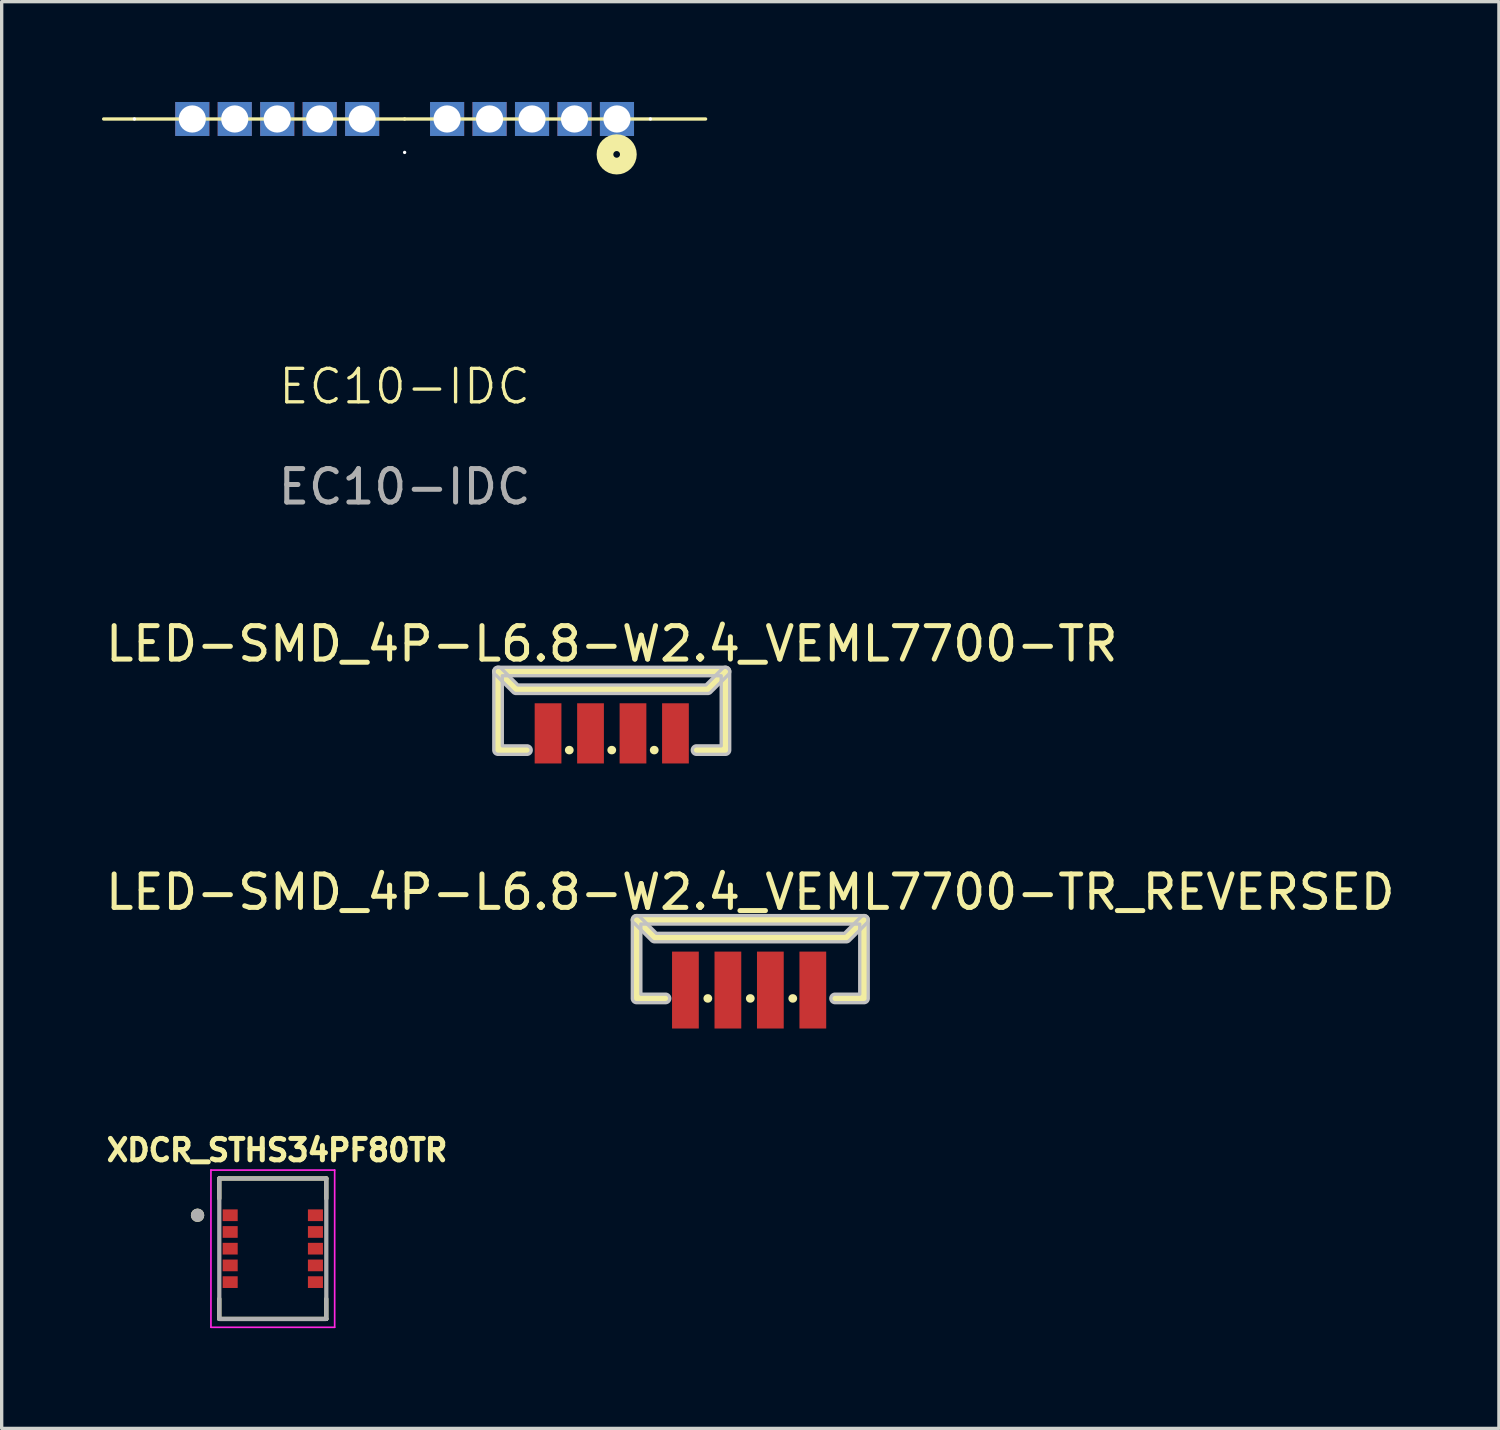
<source format=kicad_pcb>
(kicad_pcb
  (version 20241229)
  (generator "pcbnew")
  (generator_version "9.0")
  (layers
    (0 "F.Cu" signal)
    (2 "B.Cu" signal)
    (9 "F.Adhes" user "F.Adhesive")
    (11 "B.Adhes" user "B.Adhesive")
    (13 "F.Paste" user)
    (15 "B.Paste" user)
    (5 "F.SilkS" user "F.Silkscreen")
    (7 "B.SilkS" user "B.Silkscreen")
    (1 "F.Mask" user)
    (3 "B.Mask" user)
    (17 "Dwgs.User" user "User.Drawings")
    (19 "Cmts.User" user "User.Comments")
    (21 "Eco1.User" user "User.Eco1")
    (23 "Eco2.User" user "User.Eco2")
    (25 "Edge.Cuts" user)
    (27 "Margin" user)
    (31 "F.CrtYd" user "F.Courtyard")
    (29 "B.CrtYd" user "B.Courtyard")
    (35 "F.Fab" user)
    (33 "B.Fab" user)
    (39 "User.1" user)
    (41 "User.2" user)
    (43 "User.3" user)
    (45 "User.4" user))
  (footprint "LED-SMD_4P-L6.8-W2.4_VEML7700-TR_REVERSED"
    (layer "F.Cu")
    (at 19.387 26.307)
    (property "Reference" "LED-SMD_4P-L6.8-W2.4_VEML7700-TR_REVERSED" (at 0 -2.677 0) (layer "F.SilkS") (effects (font (size 1 1) (thickness 0.15))))
    (fp_line (start -3.4 -1.85) (end -3.39 -1.85) (stroke (width 0.254) (type default)) (layer "F.SilkS"))
    (fp_line (start -3.4 -1.85) (end 3.4 -1.85) (stroke (width 0.254) (type default)) (layer "F.SilkS"))
    (fp_line (start -3.4 0.5) (end -3.4 -1.85) (stroke (width 0.254) (type default)) (layer "F.SilkS"))
    (fp_line (start -3.39 -1.85) (end -2.86 -1.32) (stroke (width 0.254) (type default)) (layer "F.SilkS"))
    (fp_line (start -2.86 -1.32) (end 2.87 -1.32) (stroke (width 0.254) (type default)) (layer "F.SilkS"))
    (fp_line (start -2.536 0.5) (end -3.4 0.5) (stroke (width 0.254) (type default)) (layer "F.SilkS"))
    (fp_line (start -1.266 0.5) (end -1.274 0.5) (stroke (width 0.254) (type default)) (layer "F.SilkS"))
    (fp_line (start 0.004 0.5) (end -0.004 0.5) (stroke (width 0.254) (type default)) (layer "F.SilkS"))
    (fp_line (start 1.274 0.5) (end 1.266 0.5) (stroke (width 0.254) (type default)) (layer "F.SilkS"))
    (fp_line (start 2.87 -1.32) (end 3.4 -1.85) (stroke (width 0.254) (type default)) (layer "F.SilkS"))
    (fp_line (start 3.4 -1.85) (end 3.4 0.5) (stroke (width 0.254) (type default)) (layer "F.SilkS"))
    (fp_line (start 3.4 0.5) (end 2.536 0.5) (stroke (width 0.254) (type default)) (layer "F.SilkS"))
    (fp_poly (pts (arc (start -2.86 -1.193) (mid -2.908601 -1.202667) (end -2.95 -1.23)) (arc (start -3.4555 -1.7355) (mid -3.507825 -1.78244) (end -3.527 -1.85)) (arc (start -3.527 -1.85) (mid -3.489803 -1.939803) (end -3.4 -1.977)) (arc (start -3.39 -1.977) (mid -3.341399 -1.967333) (end -3.3 -1.94)) (xy -2.808 -1.447) (xy 2.817 -1.447) (arc (start 3.31 -1.94) (mid 3.351292 -1.967591) (end 3.4 -1.977)) (arc (start 3.4 -1.977) (mid 3.489803 -1.939803) (end 3.527 -1.85)) (arc (start 3.527 -1.85) (mid 3.517333 -1.801399) (end 3.49 -1.76)) (arc (start 2.96 -1.23) (mid 2.918708 -1.202409) (end 2.87 -1.193))) (stroke (width 0.1) (type default)) (fill no) (layer "Dwgs.User"))
    (fp_poly (pts (arc (start -2.536 0.373) (mid -2.409 0.5) (end -2.536 0.627)) (arc (start -3.4 0.627) (mid -3.489803 0.589803) (end -3.527 0.5)) (arc (start -3.527 -1.85) (mid -3.489803 -1.939803) (end -3.4 -1.977)) (arc (start 3.4 -1.977) (mid 3.489803 -1.939803) (end 3.527 -1.85)) (arc (start 3.527 0.5) (mid 3.489803 0.589803) (end 3.4 0.627)) (arc (start 2.536 0.627) (mid 2.409 0.5) (end 2.536 0.373)) (xy 3.273 0.373) (xy 3.273 -1.723) (xy -3.273 -1.723) (xy -3.273 0.373)) (stroke (width 0.1) (type default)) (fill no) (layer "Dwgs.User"))
    (fp_poly (pts (xy -1.69 -0.3) (xy -2.19 -0.3) (xy -2.19 0.7) (xy -1.69 0.7)) (stroke (width 0.1) (type default)) (fill no) (layer "User.1"))
    (fp_poly (pts (xy -0.42 -0.3) (xy -0.92 -0.3) (xy -0.92 0.7) (xy -0.42 0.7)) (stroke (width 0.1) (type default)) (fill no) (layer "User.1"))
    (fp_poly (pts (xy 0.85 -0.3) (xy 0.35 -0.3) (xy 0.35 0.7) (xy 0.85 0.7)) (stroke (width 0.1) (type default)) (fill no) (layer "User.1"))
    (fp_poly (pts (xy 2.12 -0.3) (xy 1.62 -0.3) (xy 1.62 0.7) (xy 2.12 0.7)) (stroke (width 0.1) (type default)) (fill no) (layer "User.1"))
    (fp_line (start -3.4 -1.85) (end 3.4 -1.85) (stroke (width 0.051) (type default)) (layer "User.2"))
    (fp_line (start -3.4 0.5) (end -3.4 -1.85) (stroke (width 0.051) (type default)) (layer "User.2"))
    (fp_line (start 3.4 -1.85) (end 3.4 0.5) (stroke (width 0.051) (type default)) (layer "User.2"))
    (fp_line (start 3.4 0.5) (end -3.4 0.5) (stroke (width 0.051) (type default)) (layer "User.2"))
    (fp_poly (pts (xy -3.345 0.477) (xy -3.377 0.445) (xy -3.423 0.445) (xy -3.455 0.477) (xy -3.455 0.523) (xy -3.423 0.555) (xy -3.377 0.555) (xy -3.345 0.523)) (stroke (width 0.1) (type default)) (fill no) (layer "User.3"))
    (pad "1" smd rect (at -1.94 0.25) (size 0.8 2.3) (layers "F.Cu" "F.Mask" "F.Paste"))
    (pad "2" smd rect (at -0.67 0.25) (size 0.8 2.3) (layers "F.Cu" "F.Mask" "F.Paste"))
    (pad "3" smd rect (at 0.6 0.25) (size 0.8 2.3) (layers "F.Cu" "F.Mask" "F.Paste"))
    (pad "4" smd rect (at 1.87 0.25) (size 0.8 2.3) (layers "F.Cu" "F.Mask" "F.Paste")))
  (footprint "LED-SMD_4P-L6.8-W2.4_VEML7700-TR"
    (layer "F.Cu")
    (at 15.244 18.881)
    (property "Reference" "LED-SMD_4P-L6.8-W2.4_VEML7700-TR" (at 0 -2.677 0) (layer "F.SilkS") (effects (font (size 1 1) (thickness 0.15))))
    (fp_line (start -3.4 -1.85) (end -3.39 -1.85) (stroke (width 0.254) (type default)) (layer "F.SilkS"))
    (fp_line (start -3.4 -1.85) (end 3.4 -1.85) (stroke (width 0.254) (type default)) (layer "F.SilkS"))
    (fp_line (start -3.4 0.5) (end -3.4 -1.85) (stroke (width 0.254) (type default)) (layer "F.SilkS"))
    (fp_line (start -3.39 -1.85) (end -2.86 -1.32) (stroke (width 0.254) (type default)) (layer "F.SilkS"))
    (fp_line (start -2.86 -1.32) (end 2.87 -1.32) (stroke (width 0.254) (type default)) (layer "F.SilkS"))
    (fp_line (start -2.536 0.5) (end -3.4 0.5) (stroke (width 0.254) (type default)) (layer "F.SilkS"))
    (fp_line (start -1.266 0.5) (end -1.274 0.5) (stroke (width 0.254) (type default)) (layer "F.SilkS"))
    (fp_line (start 0.004 0.5) (end -0.004 0.5) (stroke (width 0.254) (type default)) (layer "F.SilkS"))
    (fp_line (start 1.274 0.5) (end 1.266 0.5) (stroke (width 0.254) (type default)) (layer "F.SilkS"))
    (fp_line (start 2.87 -1.32) (end 3.4 -1.85) (stroke (width 0.254) (type default)) (layer "F.SilkS"))
    (fp_line (start 3.4 -1.85) (end 3.4 0.5) (stroke (width 0.254) (type default)) (layer "F.SilkS"))
    (fp_line (start 3.4 0.5) (end 2.536 0.5) (stroke (width 0.254) (type default)) (layer "F.SilkS"))
    (fp_poly (pts (arc (start -2.86 -1.193) (mid -2.908601 -1.202667) (end -2.95 -1.23)) (arc (start -3.4555 -1.7355) (mid -3.507825 -1.78244) (end -3.527 -1.85)) (arc (start -3.527 -1.85) (mid -3.489803 -1.939803) (end -3.4 -1.977)) (arc (start -3.39 -1.977) (mid -3.341399 -1.967333) (end -3.3 -1.94)) (xy -2.808 -1.447) (xy 2.817 -1.447) (arc (start 3.31 -1.94) (mid 3.351292 -1.967591) (end 3.4 -1.977)) (arc (start 3.4 -1.977) (mid 3.489803 -1.939803) (end 3.527 -1.85)) (arc (start 3.527 -1.85) (mid 3.517333 -1.801399) (end 3.49 -1.76)) (arc (start 2.96 -1.23) (mid 2.918708 -1.202409) (end 2.87 -1.193))) (stroke (width 0.1) (type default)) (fill no) (layer "Dwgs.User"))
    (fp_poly (pts (arc (start -2.536 0.373) (mid -2.409 0.5) (end -2.536 0.627)) (arc (start -3.4 0.627) (mid -3.489803 0.589803) (end -3.527 0.5)) (arc (start -3.527 -1.85) (mid -3.489803 -1.939803) (end -3.4 -1.977)) (arc (start 3.4 -1.977) (mid 3.489803 -1.939803) (end 3.527 -1.85)) (arc (start 3.527 0.5) (mid 3.489803 0.589803) (end 3.4 0.627)) (arc (start 2.536 0.627) (mid 2.409 0.5) (end 2.536 0.373)) (xy 3.273 0.373) (xy 3.273 -1.723) (xy -3.273 -1.723) (xy -3.273 0.373)) (stroke (width 0.1) (type default)) (fill no) (layer "Dwgs.User"))
    (fp_poly (pts (xy -2.155 -0.5) (xy -1.655 -0.5) (xy -1.655 0.5) (xy -2.155 0.5)) (stroke (width 0.1) (type default)) (fill no) (layer "User.1"))
    (fp_poly (pts (xy -0.885 -0.5) (xy -0.385 -0.5) (xy -0.385 0.5) (xy -0.885 0.5)) (stroke (width 0.1) (type default)) (fill no) (layer "User.1"))
    (fp_poly (pts (xy 0.385 -0.5) (xy 0.885 -0.5) (xy 0.885 0.5) (xy 0.385 0.5)) (stroke (width 0.1) (type default)) (fill no) (layer "User.1"))
    (fp_poly (pts (xy 1.655 -0.5) (xy 2.155 -0.5) (xy 2.155 0.5) (xy 1.655 0.5)) (stroke (width 0.1) (type default)) (fill no) (layer "User.1"))
    (fp_line (start -3.4 -1.85) (end 3.4 -1.85) (stroke (width 0.051) (type default)) (layer "User.2"))
    (fp_line (start -3.4 0.5) (end -3.4 -1.85) (stroke (width 0.051) (type default)) (layer "User.2"))
    (fp_line (start 3.4 -1.85) (end 3.4 0.5) (stroke (width 0.051) (type default)) (layer "User.2"))
    (fp_line (start 3.4 0.5) (end -3.4 0.5) (stroke (width 0.051) (type default)) (layer "User.2"))
    (fp_poly (pts (xy -3.345 0.477) (xy -3.377 0.445) (xy -3.423 0.445) (xy -3.455 0.477) (xy -3.455 0.523) (xy -3.423 0.555) (xy -3.377 0.555) (xy -3.345 0.523)) (stroke (width 0.1) (type default)) (fill no) (layer "User.3"))
    (pad "1" smd rect (at 1.905 0) (size 0.8 1.8) (layers "F.Cu" "F.Mask" "F.Paste"))
    (pad "2" smd rect (at 0.635 0) (size 0.8 1.8) (layers "F.Cu" "F.Mask" "F.Paste"))
    (pad "3" smd rect (at -0.635 0) (size 0.8 1.8) (layers "F.Cu" "F.Mask" "F.Paste"))
    (pad "4" smd rect (at -1.905 0) (size 0.8 1.8) (layers "F.Cu" "F.Mask" "F.Paste")))
  (footprint "EC10-IDC"
    (layer "F.Cu")
    (at 9.05 0.508)
    (property "Reference" "EC10-IDC" (at 0 8 0) (unlocked yes) (layer "F.SilkS") (effects (font (size 1 1) (thickness 0.1))))
    (attr smd)
    (fp_line (start -9 0) (end 0 0) (stroke (width 0.1) (type default)) (layer "F.SilkS"))
    (fp_line (start 0 0) (end 9 0) (stroke (width 0.1) (type default)) (layer "F.SilkS"))
    (fp_circle (center 6.341 1.059) (end 6.441 1.059) (stroke (width 0.5) (type default)) (fill no) (layer "F.SilkS"))
    (fp_text user "${REFERENCE}" (at 0 11 0) (unlocked yes) (layer "F.Fab") (effects (font (size 1 1) (thickness 0.15))))
    (pad "" np_thru_hole circle (at -8.08 0) (size 0.1 0.1) (drill 0.64) (layers "*.Cu" "*.Mask"))
    (pad "" np_thru_hole circle (at 0 1) (size 0.1 0.1) (drill 1.06) (layers "*.Cu" "*.Mask"))
    (pad "" np_thru_hole circle (at 7.35 0) (size 0.1 0.1) (drill 0.64) (layers "*.Cu" "*.Mask"))
    (pad "1" thru_hole rect (at 6.35 0) (size 1.02 1.016) (drill 0.813) (layers "*.Cu" "*.Mask"))
    (pad "2" thru_hole rect (at 5.08 0) (size 1.02 1.016) (drill 0.813) (layers "*.Cu" "*.Mask"))
    (pad "3" thru_hole rect (at 3.81 0) (size 1.02 1.016) (drill 0.813) (layers "*.Cu" "*.Mask"))
    (pad "4" thru_hole rect (at 2.54 0) (size 1.02 1.016) (drill 0.813) (layers "*.Cu" "*.Mask"))
    (pad "5" thru_hole rect (at 1.27 0) (size 1.02 1.016) (drill 0.813) (layers "*.Cu" "*.Mask"))
    (pad "6" thru_hole rect (at -1.27 0) (size 1.02 1.016) (drill 0.813) (layers "*.Cu" "*.Mask"))
    (pad "7" thru_hole rect (at -2.54 0) (size 1.02 1.016) (drill 0.813) (layers "*.Cu" "*.Mask"))
    (pad "8" thru_hole rect (at -3.81 0) (size 1.02 1.016) (drill 0.813) (layers "*.Cu" "*.Mask"))
    (pad "9" thru_hole rect (at -5.08 0) (size 1.02 1.016) (drill 0.813) (layers "*.Cu" "*.Mask"))
    (pad "10" thru_hole rect (at -6.35 0) (size 1.02 1.016) (drill 0.813) (layers "*.Cu" "*.Mask")))
  (footprint "XDCR_STHS34PF80TR"
    (layer "F.Cu")
    (at 5.108 34.291)
    (property "Reference" "XDCR_STHS34PF80TR" (at 0.127 -2.946 0) (layer "F.SilkS") (effects (font (size 0.64 0.64) (thickness 0.15))))
    (attr smd)
    (fp_poly (pts (xy -1.55 -1.225) (xy -1 -1.225) (xy -1 -0.775) (xy -1.55 -0.775)) (stroke (width 0.01) (type solid)) (fill yes) (layer "F.Mask"))
    (fp_poly (pts (xy -1.55 -0.725) (xy -1 -0.725) (xy -1 -0.275) (xy -1.55 -0.275)) (stroke (width 0.01) (type solid)) (fill yes) (layer "F.Mask"))
    (fp_poly (pts (xy -1.55 -0.225) (xy -1 -0.225) (xy -1 0.225) (xy -1.55 0.225)) (stroke (width 0.01) (type solid)) (fill yes) (layer "F.Mask"))
    (fp_poly (pts (xy -1.55 0.275) (xy -1 0.275) (xy -1 0.725) (xy -1.55 0.725)) (stroke (width 0.01) (type solid)) (fill yes) (layer "F.Mask"))
    (fp_poly (pts (xy -1.55 0.775) (xy -1 0.775) (xy -1 1.225) (xy -1.55 1.225)) (stroke (width 0.01) (type solid)) (fill yes) (layer "F.Mask"))
    (fp_poly (pts (xy 1 -1.225) (xy 1.55 -1.225) (xy 1.55 -0.775) (xy 1 -0.775)) (stroke (width 0.01) (type solid)) (fill yes) (layer "F.Mask"))
    (fp_poly (pts (xy 1 -0.725) (xy 1.55 -0.725) (xy 1.55 -0.275) (xy 1 -0.275)) (stroke (width 0.01) (type solid)) (fill yes) (layer "F.Mask"))
    (fp_poly (pts (xy 1 -0.225) (xy 1.55 -0.225) (xy 1.55 0.225) (xy 1 0.225)) (stroke (width 0.01) (type solid)) (fill yes) (layer "F.Mask"))
    (fp_poly (pts (xy 1 0.275) (xy 1.55 0.275) (xy 1.55 0.725) (xy 1 0.725)) (stroke (width 0.01) (type solid)) (fill yes) (layer "F.Mask"))
    (fp_poly (pts (xy 1 0.775) (xy 1.55 0.775) (xy 1.55 1.225) (xy 1 1.225)) (stroke (width 0.01) (type solid)) (fill yes) (layer "F.Mask"))
    (fp_line (start -1.6 -2.1) (end 1.6 -2.1) (stroke (width 0.127) (type solid)) (layer "F.SilkS"))
    (fp_line (start -1.6 -1.5) (end -1.6 -2.1) (stroke (width 0.127) (type solid)) (layer "F.SilkS"))
    (fp_line (start -1.6 2.1) (end -1.6 1.5) (stroke (width 0.127) (type solid)) (layer "F.SilkS"))
    (fp_line (start 1.6 -2.1) (end 1.6 -1.5) (stroke (width 0.127) (type solid)) (layer "F.SilkS"))
    (fp_line (start 1.6 1.5) (end 1.6 2.1) (stroke (width 0.127) (type solid)) (layer "F.SilkS"))
    (fp_line (start 1.6 2.1) (end -1.6 2.1) (stroke (width 0.127) (type solid)) (layer "F.SilkS"))
    (fp_circle (center -2.25 -1) (end -2.15 -1) (stroke (width 0.2) (type solid)) (fill no) (layer "F.SilkS"))
    (fp_poly (pts (xy -1.478 -1.157) (xy -1.073 -1.157) (xy -1.073 -0.843) (xy -1.478 -0.843)) (stroke (width 0.01) (type solid)) (fill yes) (layer "F.Paste"))
    (fp_poly (pts (xy -1.478 -0.657) (xy -1.073 -0.657) (xy -1.073 -0.343) (xy -1.478 -0.343)) (stroke (width 0.01) (type solid)) (fill yes) (layer "F.Paste"))
    (fp_poly (pts (xy -1.478 -0.158) (xy -1.073 -0.158) (xy -1.073 0.158) (xy -1.478 0.158)) (stroke (width 0.01) (type solid)) (fill yes) (layer "F.Paste"))
    (fp_poly (pts (xy -1.478 0.343) (xy -1.073 0.343) (xy -1.073 0.657) (xy -1.478 0.657)) (stroke (width 0.01) (type solid)) (fill yes) (layer "F.Paste"))
    (fp_poly (pts (xy -1.478 0.843) (xy -1.073 0.843) (xy -1.073 1.157) (xy -1.478 1.157)) (stroke (width 0.01) (type solid)) (fill yes) (layer "F.Paste"))
    (fp_poly (pts (xy 1.073 -1.157) (xy 1.478 -1.157) (xy 1.478 -0.843) (xy 1.073 -0.843)) (stroke (width 0.01) (type solid)) (fill yes) (layer "F.Paste"))
    (fp_poly (pts (xy 1.073 -0.657) (xy 1.478 -0.657) (xy 1.478 -0.343) (xy 1.073 -0.343)) (stroke (width 0.01) (type solid)) (fill yes) (layer "F.Paste"))
    (fp_poly (pts (xy 1.073 -0.158) (xy 1.478 -0.158) (xy 1.478 0.158) (xy 1.073 0.158)) (stroke (width 0.01) (type solid)) (fill yes) (layer "F.Paste"))
    (fp_poly (pts (xy 1.073 0.343) (xy 1.478 0.343) (xy 1.478 0.657) (xy 1.073 0.657)) (stroke (width 0.01) (type solid)) (fill yes) (layer "F.Paste"))
    (fp_poly (pts (xy 1.073 0.843) (xy 1.478 0.843) (xy 1.478 1.157) (xy 1.073 1.157)) (stroke (width 0.01) (type solid)) (fill yes) (layer "F.Paste"))
    (fp_line (start -1.85 -2.35) (end 1.85 -2.35) (stroke (width 0.05) (type solid)) (layer "F.CrtYd"))
    (fp_line (start -1.85 2.35) (end -1.85 -2.35) (stroke (width 0.05) (type solid)) (layer "F.CrtYd"))
    (fp_line (start 1.85 -2.35) (end 1.85 2.35) (stroke (width 0.05) (type solid)) (layer "F.CrtYd"))
    (fp_line (start 1.85 2.35) (end -1.85 2.35) (stroke (width 0.05) (type solid)) (layer "F.CrtYd"))
    (fp_line (start -1.6 -2.1) (end 1.6 -2.1) (stroke (width 0.127) (type solid)) (layer "F.Fab"))
    (fp_line (start -1.6 2.1) (end -1.6 -2.1) (stroke (width 0.127) (type solid)) (layer "F.Fab"))
    (fp_line (start 1.6 -2.1) (end 1.6 2.1) (stroke (width 0.127) (type solid)) (layer "F.Fab"))
    (fp_line (start 1.6 2.1) (end -1.6 2.1) (stroke (width 0.127) (type solid)) (layer "F.Fab"))
    (fp_circle (center -2.25 -1) (end -2.15 -1) (stroke (width 0.2) (type solid)) (fill no) (layer "F.Fab"))
    (pad "1" smd rect (at -1.275 -1) (size 0.45 0.35) (layers "F.Cu"))
    (pad "2" smd rect (at -1.275 -0.5) (size 0.45 0.35) (layers "F.Cu"))
    (pad "3" smd rect (at -1.275 0) (size 0.45 0.35) (layers "F.Cu"))
    (pad "4" smd rect (at -1.275 0.5) (size 0.45 0.35) (layers "F.Cu"))
    (pad "5" smd rect (at -1.275 1) (size 0.45 0.35) (layers "F.Cu"))
    (pad "6" smd rect (at 1.275 1) (size 0.45 0.35) (layers "F.Cu"))
    (pad "7" smd rect (at 1.275 0.5) (size 0.45 0.35) (layers "F.Cu"))
    (pad "8" smd rect (at 1.275 0) (size 0.45 0.35) (layers "F.Cu"))
    (pad "9" smd rect (at 1.275 -0.5) (size 0.45 0.35) (layers "F.Cu"))
    (pad "10" smd rect (at 1.275 -1) (size 0.45 0.35) (layers "F.Cu")))
  (gr_rect
    (start -3 -3)
    (end 41.774 39.666)
    (stroke (width 0.1) (type default))
    (fill no)
    (layer "Edge.Cuts")))
</source>
